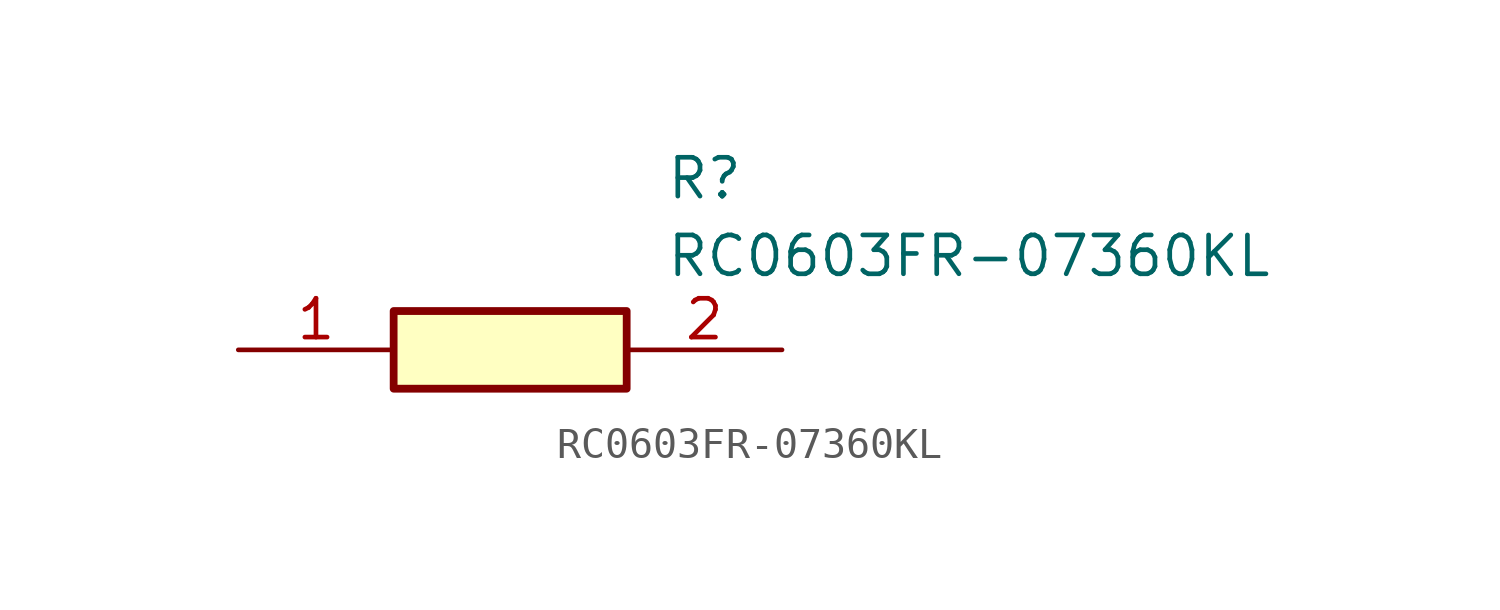
<source format=kicad_sym>
(kicad_symbol_lib
  (version 20211014)
  (generator SamacSys_ECAD_Model)
  (symbol "RC0603FR-07360KL"
    (pin_names hide)
    (property "Reference" "R"
      (at 13.97 6.35 0)
      (effects (font (size 1.27 1.27)) (justify left top)))
    (property "Value" "RC0603FR-07360KL"
      (at 13.97 3.81 0)
      (effects (font (size 1.27 1.27)) (justify left top)))
    (rectangle
      (start 5.08 1.27)
      (end 12.7 -1.27)
      (stroke (width 0.254) (type default))
      (fill (type background)))
    (pin passive line
      (at 0 0 0)
      (length 5.08)
      (name "1" (effects (font (size 1.27 1.27))))
      (number "1" (effects (font (size 1.27 1.27)))))
    (pin passive line
      (at 17.78 0 180)
      (length 5.08)
      (name "2" (effects (font (size 1.27 1.27))))
      (number "2" (effects (font (size 1.27 1.27)))))))
</source>
